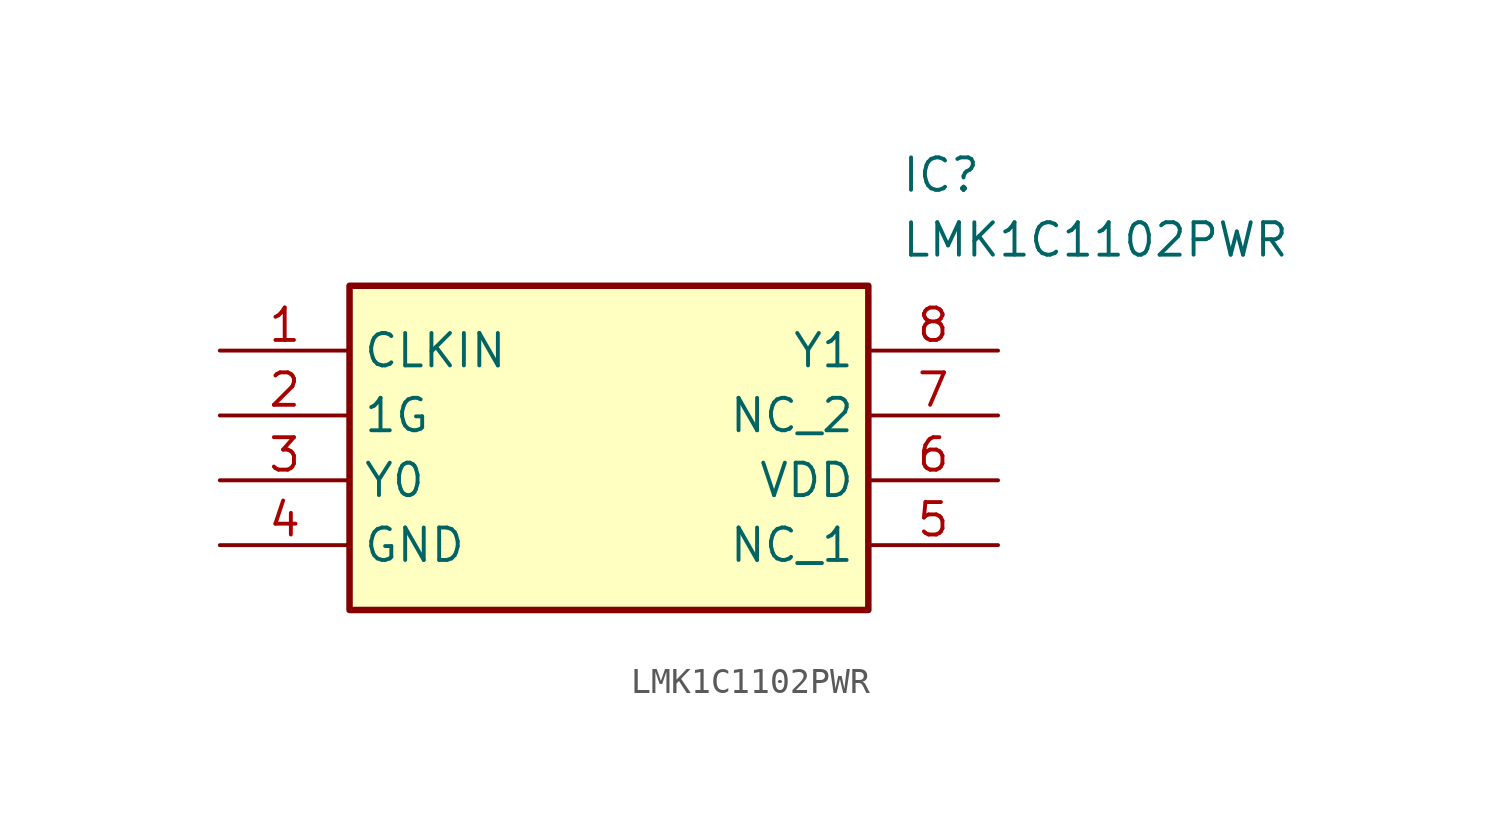
<source format=kicad_sym>
(kicad_symbol_lib
  (version 20211014)
  (generator SamacSys_ECAD_Model)
  (symbol "LMK1C1102PWR"
    (property "Reference" "IC"
      (at 26.67 7.62 0)
      (effects (font (size 1.27 1.27)) (justify left top)))
    (property "Value" "LMK1C1102PWR"
      (at 26.67 5.08 0)
      (effects (font (size 1.27 1.27)) (justify left top)))
    (rectangle
      (start 5.08 2.54)
      (end 25.4 -10.16)
      (stroke (width 0.254) (type default))
      (fill (type background)))
    (pin passive line
      (at 0 0 0)
      (length 5.08)
      (name "CLKIN" (effects (font (size 1.27 1.27))))
      (number "1" (effects (font (size 1.27 1.27)))))
    (pin passive line
      (at 0 -2.54 0)
      (length 5.08)
      (name "1G" (effects (font (size 1.27 1.27))))
      (number "2" (effects (font (size 1.27 1.27)))))
    (pin passive line
      (at 0 -5.08 0)
      (length 5.08)
      (name "Y0" (effects (font (size 1.27 1.27))))
      (number "3" (effects (font (size 1.27 1.27)))))
    (pin passive line
      (at 0 -7.62 0)
      (length 5.08)
      (name "GND" (effects (font (size 1.27 1.27))))
      (number "4" (effects (font (size 1.27 1.27)))))
    (pin passive line
      (at 30.48 0 180)
      (length 5.08)
      (name "Y1" (effects (font (size 1.27 1.27))))
      (number "8" (effects (font (size 1.27 1.27)))))
    (pin passive line
      (at 30.48 -2.54 180)
      (length 5.08)
      (name "NC_2" (effects (font (size 1.27 1.27))))
      (number "7" (effects (font (size 1.27 1.27)))))
    (pin passive line
      (at 30.48 -5.08 180)
      (length 5.08)
      (name "VDD" (effects (font (size 1.27 1.27))))
      (number "6" (effects (font (size 1.27 1.27)))))
    (pin passive line
      (at 30.48 -7.62 180)
      (length 5.08)
      (name "NC_1" (effects (font (size 1.27 1.27))))
      (number "5" (effects (font (size 1.27 1.27)))))))
</source>
